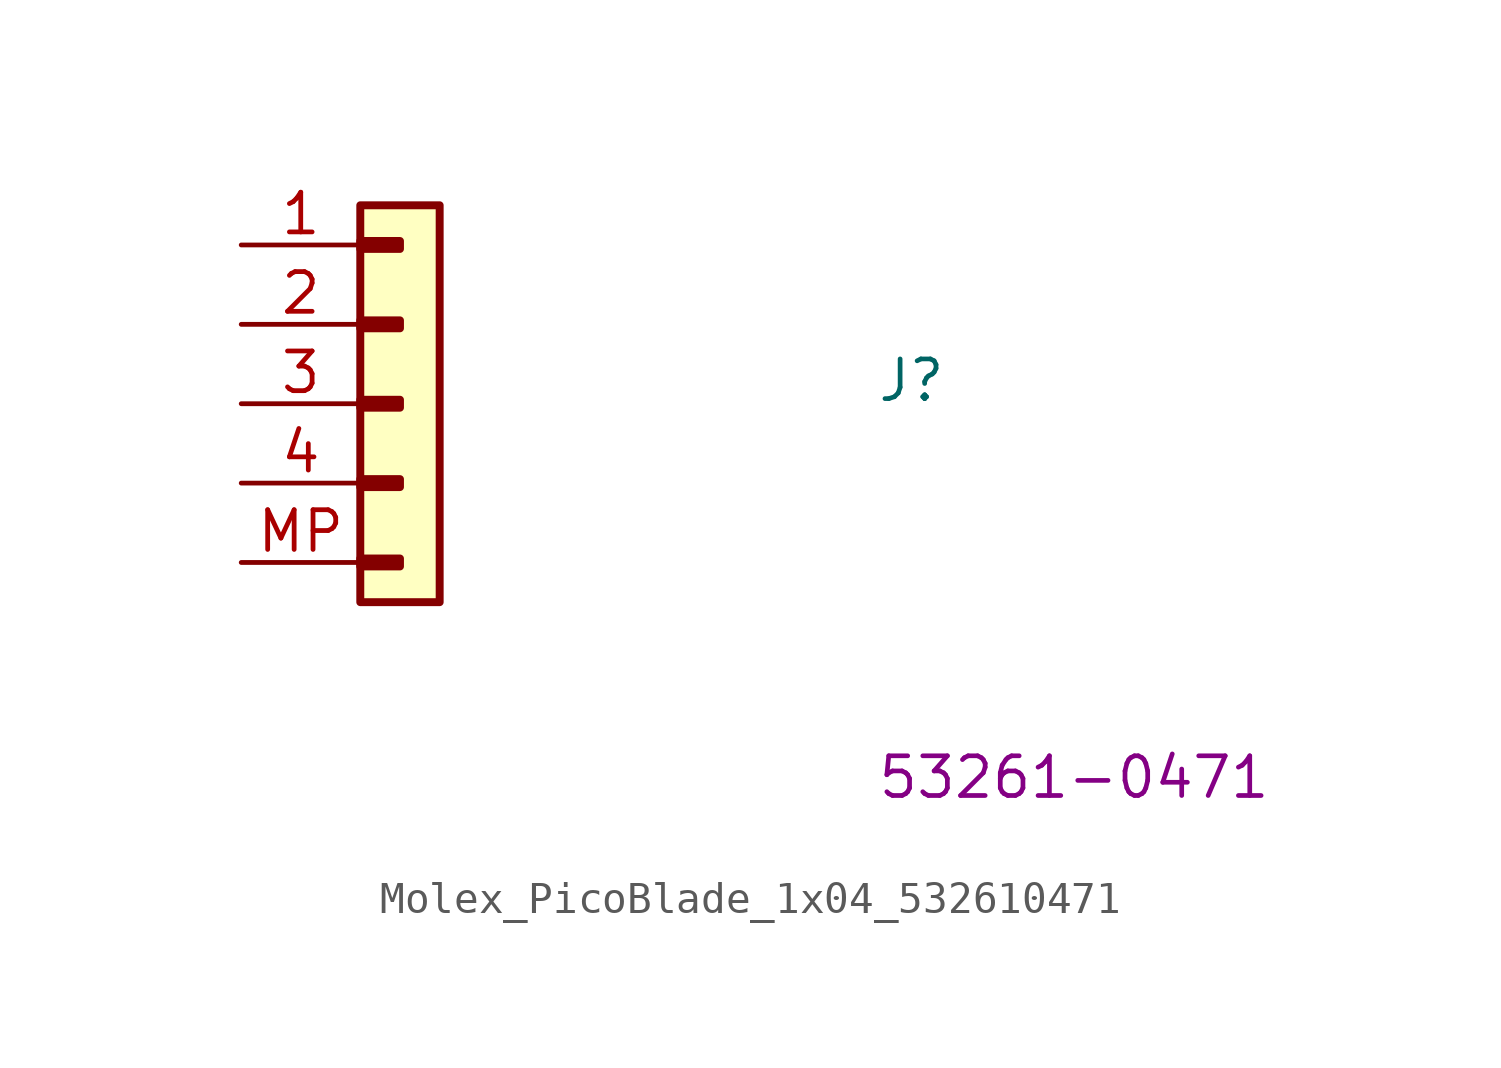
<source format=kicad_sym>
(kicad_symbol_lib
  (version 20220914)
  (generator kicad_symbol_editor)
  (symbol "Molex_PicoBlade_1x04_532610471"
    (pin_names hide)
    (property "Reference" "J"
      (at 20.32 -5.08 0)
      (effects (font (size 1.27 1.27) (thickness 0.15)) (justify left bottom)))
    (property "MPN" "53261-0471"
      (at 20.32 -17.78 0)
      (effects (font (size 1.27 1.27) (thickness 0.15)) (justify left bottom)))
    (symbol "Molex_PicoBlade_1x04_532610471_1_1"
      (rectangle (start 3.81 -10.033) (end 5.08 -10.287) (stroke (width 0.254) (type default)) (fill (type background)))
      (rectangle (start 3.81 -7.493) (end 5.08 -7.747) (stroke (width 0.254) (type default)) (fill (type background)))
      (rectangle (start 3.81 -4.953) (end 5.08 -5.207) (stroke (width 0.254) (type default)) (fill (type background)))
      (rectangle (start 3.81 -2.413) (end 5.08 -2.667) (stroke (width 0.254) (type default)) (fill (type background)))
      (rectangle (start 3.81 0.127) (end 5.08 -0.127) (stroke (width 0.254) (type default)) (fill (type background)))
      (rectangle (start 3.81 1.27) (end 6.35 -11.43) (stroke (width 0.254) (type default)) (fill (type background)))
      (pin passive line (at 0 0 0) (length 3.81) (name "1" (effects (font (size 1.27 1.27)))) (number "1" (effects (font (size 1.27 1.27)))))
      (pin passive line (at 0 -2.54 0) (length 3.81) (name "2" (effects (font (size 1.27 1.27)))) (number "2" (effects (font (size 1.27 1.27)))))
      (pin passive line (at 0 -5.08 0) (length 3.81) (name "3" (effects (font (size 1.27 1.27)))) (number "3" (effects (font (size 1.27 1.27)))))
      (pin passive line (at 0 -7.62 0) (length 3.81) (name "4" (effects (font (size 1.27 1.27)))) (number "4" (effects (font (size 1.27 1.27)))))
      (pin passive line (at 0 -10.16 0) (length 3.81) (name "MP" (effects (font (size 1.27 1.27)))) (number "MP" (effects (font (size 1.27 1.27))))))))
</source>
